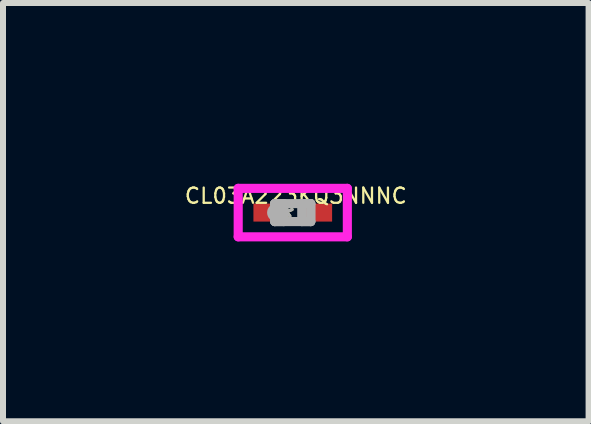
<source format=kicad_pcb>
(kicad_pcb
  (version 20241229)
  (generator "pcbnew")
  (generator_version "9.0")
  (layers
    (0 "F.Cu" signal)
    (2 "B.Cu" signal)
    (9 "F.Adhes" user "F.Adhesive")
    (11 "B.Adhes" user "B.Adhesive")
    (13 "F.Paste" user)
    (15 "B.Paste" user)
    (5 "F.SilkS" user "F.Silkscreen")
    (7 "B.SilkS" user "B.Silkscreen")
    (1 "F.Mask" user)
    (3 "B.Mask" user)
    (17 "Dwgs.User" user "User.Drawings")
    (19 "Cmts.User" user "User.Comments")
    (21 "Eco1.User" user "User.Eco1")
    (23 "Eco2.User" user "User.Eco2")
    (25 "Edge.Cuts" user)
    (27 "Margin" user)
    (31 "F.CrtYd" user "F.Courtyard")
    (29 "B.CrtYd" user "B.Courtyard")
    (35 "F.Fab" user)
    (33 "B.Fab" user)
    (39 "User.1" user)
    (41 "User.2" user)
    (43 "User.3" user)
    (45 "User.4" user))
  (footprint "CL03A223KQ3NNNC"
    (layer "F.Cu")
    (at 1.832 0.495)
    (property "Reference" "CL03A223KQ3NNNC" (at 0.051 -0.279 0) (layer "F.SilkS") (effects (font (size 0.254 0.254) (thickness 0.038))))
    (attr smd)
    (fp_line (start -0.91 -0.404) (end 0.91 -0.404) (stroke (width 0.152) (type solid)) (layer "F.CrtYd"))
    (fp_line (start -0.91 0.404) (end -0.91 -0.404) (stroke (width 0.152) (type solid)) (layer "F.CrtYd"))
    (fp_line (start 0.91 -0.404) (end 0.91 0.404) (stroke (width 0.152) (type solid)) (layer "F.CrtYd"))
    (fp_line (start 0.91 0.404) (end -0.91 0.404) (stroke (width 0.152) (type solid)) (layer "F.CrtYd"))
    (fp_line (start -0.3 -0.15) (end -0.3 0.15) (stroke (width 0.152) (type solid)) (layer "F.Fab"))
    (fp_line (start -0.3 -0.15) (end -0.3 0.15) (stroke (width 0.152) (type solid)) (layer "F.Fab"))
    (fp_line (start -0.3 0.15) (end -0.15 0.15) (stroke (width 0.152) (type solid)) (layer "F.Fab"))
    (fp_line (start -0.3 0.15) (end 0.3 0.15) (stroke (width 0.152) (type solid)) (layer "F.Fab"))
    (fp_line (start -0.15 -0.15) (end -0.3 -0.15) (stroke (width 0.152) (type solid)) (layer "F.Fab"))
    (fp_line (start -0.15 0.15) (end -0.15 -0.15) (stroke (width 0.152) (type solid)) (layer "F.Fab"))
    (fp_line (start 0.15 -0.15) (end 0.15 0.15) (stroke (width 0.152) (type solid)) (layer "F.Fab"))
    (fp_line (start 0.15 0.15) (end 0.3 0.15) (stroke (width 0.152) (type solid)) (layer "F.Fab"))
    (fp_line (start 0.3 -0.15) (end -0.3 -0.15) (stroke (width 0.152) (type solid)) (layer "F.Fab"))
    (fp_line (start 0.3 -0.15) (end 0.15 -0.15) (stroke (width 0.152) (type solid)) (layer "F.Fab"))
    (fp_line (start 0.3 0.15) (end 0.3 -0.15) (stroke (width 0.152) (type solid)) (layer "F.Fab"))
    (fp_line (start 0.3 0.15) (end 0.3 -0.15) (stroke (width 0.152) (type solid)) (layer "F.Fab"))
    (fp_circle (center -0.276 0) (end -0.276 0) (stroke (width 0.152) (type solid)) (fill no) (layer "F.Fab"))
    (fp_text user "*" (at -0.102 0.102 0) (layer "F.SilkS") (effects (font (size 0.381 0.381) (thickness 0.051))))
    (fp_text user "*" (at -0.102 0.102 0) (layer "F.Fab") (effects (font (size 0.381 0.381) (thickness 0.051))))
    (pad "1" smd rect (at -0.403 0) (size 0.506 0.3) (layers "F.Cu" "F.Mask" "F.Paste"))
    (pad "2" smd rect (at 0.403 0) (size 0.506 0.3) (layers "F.Cu" "F.Mask" "F.Paste")))
  (gr_rect
    (start -3 -3)
    (end 6.765 3.975)
    (stroke (width 0.1) (type default))
    (fill no)
    (layer "Edge.Cuts")))
</source>
